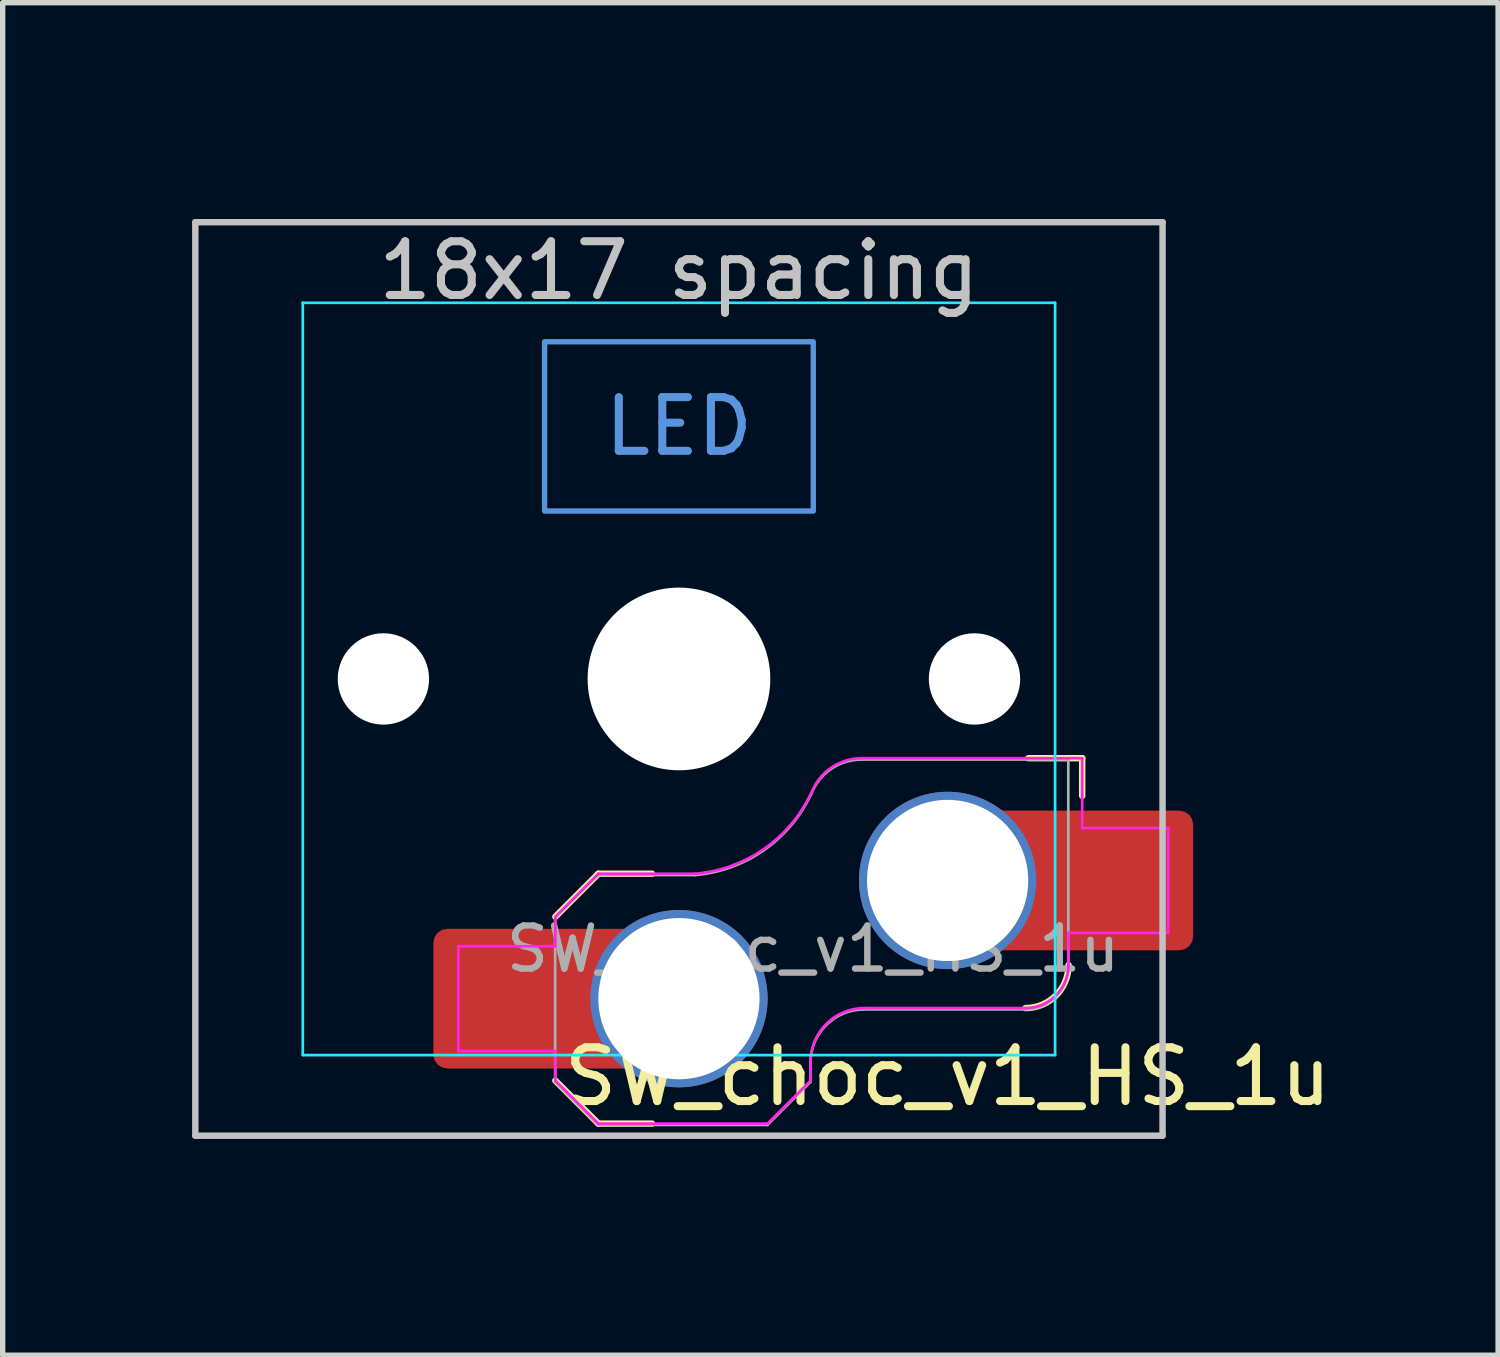
<source format=kicad_pcb>
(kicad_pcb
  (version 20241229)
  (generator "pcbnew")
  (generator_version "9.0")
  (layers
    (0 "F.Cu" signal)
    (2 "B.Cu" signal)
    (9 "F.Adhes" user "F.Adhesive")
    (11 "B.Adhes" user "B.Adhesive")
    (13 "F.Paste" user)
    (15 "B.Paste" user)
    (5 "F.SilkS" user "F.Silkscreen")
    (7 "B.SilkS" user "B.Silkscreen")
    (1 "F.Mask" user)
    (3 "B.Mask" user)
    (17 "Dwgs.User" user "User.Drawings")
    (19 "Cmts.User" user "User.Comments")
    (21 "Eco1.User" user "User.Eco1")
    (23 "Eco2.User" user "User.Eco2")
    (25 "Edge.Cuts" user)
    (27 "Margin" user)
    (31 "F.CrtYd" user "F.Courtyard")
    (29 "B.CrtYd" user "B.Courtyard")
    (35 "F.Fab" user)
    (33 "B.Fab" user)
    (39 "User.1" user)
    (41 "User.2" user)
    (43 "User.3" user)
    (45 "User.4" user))
  (footprint "SW_choc_v1_HS_1u"
    (layer "F.Cu")
    (at 9.585 9.585)
    (property "Reference" "SW_choc_v1_HS_1u" (at 5 7.4 180) (layer "F.SilkS") (effects (font (size 1 1) (thickness 0.15))))
    (attr smd)
    (fp_line (start -2.3 7.475) (end -1.5 8.275) (stroke (width 0.12) (type solid)) (layer "F.SilkS"))
    (fp_line (start -1.5 3.625) (end -2.3 4.425) (stroke (width 0.12) (type solid)) (layer "F.SilkS"))
    (fp_line (start -1.5 3.625) (end -0.5 3.625) (stroke (width 0.12) (type solid)) (layer "F.SilkS"))
    (fp_line (start -1.5 8.275) (end -0.5 8.275) (stroke (width 0.12) (type solid)) (layer "F.SilkS"))
    (fp_line (start 7.504 1.475) (end 6.504 1.475) (stroke (width 0.12) (type solid)) (layer "F.SilkS"))
    (fp_line (start 7.504 1.475) (end 7.504 2.175) (stroke (width 0.12) (type solid)) (layer "F.SilkS"))
    (fp_arc (start 7.25 5.325) (mid 7.015685 5.890685) (end 6.45 6.125) (stroke (width 0.12) (type solid)) (layer "F.SilkS"))
    (fp_line (start -9 -8.5) (end -9 8.5) (stroke (width 0.12) (type solid)) (layer "Dwgs.User"))
    (fp_line (start -9 8.5) (end 9 8.5) (stroke (width 0.12) (type solid)) (layer "Dwgs.User"))
    (fp_line (start 9 -8.5) (end -9 -8.5) (stroke (width 0.12) (type solid)) (layer "Dwgs.User"))
    (fp_line (start 9 8.5) (end 9 -8.5) (stroke (width 0.12) (type solid)) (layer "Dwgs.User"))
    (fp_rect (start -2.5 -6.275) (end 2.5 -3.125) (stroke (width 0.1) (type default)) (fill no) (layer "Cmts.User"))
    (fp_line (start -9.525 -9.525) (end 9.525 -9.525) (stroke (width 0.12) (type solid)) (layer "Eco1.User"))
    (fp_line (start -9.525 9.525) (end -9.525 -9.525) (stroke (width 0.12) (type solid)) (layer "Eco1.User"))
    (fp_line (start 9.525 -9.525) (end 9.525 9.525) (stroke (width 0.12) (type solid)) (layer "Eco1.User"))
    (fp_line (start 9.525 9.525) (end -9.525 9.525) (stroke (width 0.12) (type solid)) (layer "Eco1.User"))
    (fp_line (start -6.95 -6.45) (end -6.95 6.45) (stroke (width 0.05) (type solid)) (layer "Eco2.User"))
    (fp_line (start -6.45 6.95) (end 6.45 6.95) (stroke (width 0.05) (type solid)) (layer "Eco2.User"))
    (fp_line (start 6.45 -6.95) (end -6.45 -6.95) (stroke (width 0.05) (type solid)) (layer "Eco2.User"))
    (fp_line (start 6.95 6.45) (end 6.95 -6.45) (stroke (width 0.05) (type solid)) (layer "Eco2.User"))
    (fp_arc (start -6.95 -6.45) (mid -6.803553 -6.803553) (end -6.45 -6.95) (stroke (width 0.05) (type solid)) (layer "Eco2.User"))
    (fp_arc (start -6.45 6.95) (mid -6.803553 6.803553) (end -6.95 6.45) (stroke (width 0.05) (type solid)) (layer "Eco2.User"))
    (fp_arc (start 6.45 -6.95) (mid 6.803553 -6.803553) (end 6.95 -6.45) (stroke (width 0.05) (type solid)) (layer "Eco2.User"))
    (fp_arc (start 6.95 6.45) (mid 6.803553 6.803553) (end 6.45 6.95) (stroke (width 0.05) (type solid)) (layer "Eco2.User"))
    (fp_line (start -7 -7) (end -7 7) (stroke (width 0.05) (type solid)) (layer "B.CrtYd"))
    (fp_line (start -7 7) (end 7 7) (stroke (width 0.05) (type solid)) (layer "B.CrtYd"))
    (fp_line (start 7 -7) (end -7 -7) (stroke (width 0.05) (type solid)) (layer "B.CrtYd"))
    (fp_line (start 7 7) (end 7 -7) (stroke (width 0.05) (type solid)) (layer "B.CrtYd"))
    (fp_line (start -4.104 4.975) (end -4.104 6.925) (stroke (width 0.05) (type solid)) (layer "F.CrtYd"))
    (fp_line (start -4.104 4.975) (end -2.3 4.975) (stroke (width 0.05) (type solid)) (layer "F.CrtYd"))
    (fp_line (start -4.104 6.925) (end -2.3 6.925) (stroke (width 0.05) (type solid)) (layer "F.CrtYd"))
    (fp_line (start -2.3 4.975) (end -2.3 4.425) (stroke (width 0.05) (type solid)) (layer "F.CrtYd"))
    (fp_line (start -2.3 7.475) (end -2.3 6.925) (stroke (width 0.05) (type solid)) (layer "F.CrtYd"))
    (fp_line (start -2.3 7.475) (end -1.5 8.275) (stroke (width 0.05) (type solid)) (layer "F.CrtYd"))
    (fp_line (start -1.5 3.625) (end -2.3 4.425) (stroke (width 0.05) (type solid)) (layer "F.CrtYd"))
    (fp_line (start -1.5 3.625) (end 0.3 3.625) (stroke (width 0.05) (type solid)) (layer "F.CrtYd"))
    (fp_line (start -1.5 8.275) (end 1.65 8.275) (stroke (width 0.05) (type solid)) (layer "F.CrtYd"))
    (fp_line (start 2.45 7.475) (end 1.65 8.275) (stroke (width 0.05) (type solid)) (layer "F.CrtYd"))
    (fp_line (start 2.45 7.475) (end 2.45 7.125) (stroke (width 0.05) (type solid)) (layer "F.CrtYd"))
    (fp_line (start 3.45 6.125) (end 6.45 6.125) (stroke (width 0.05) (type solid)) (layer "F.CrtYd"))
    (fp_line (start 7.25 4.725) (end 9.104 4.725) (stroke (width 0.05) (type solid)) (layer "F.CrtYd"))
    (fp_line (start 7.25 5.325) (end 7.25 4.725) (stroke (width 0.05) (type solid)) (layer "F.CrtYd"))
    (fp_line (start 7.504 1.475) (end 3.4 1.475) (stroke (width 0.05) (type solid)) (layer "F.CrtYd"))
    (fp_line (start 7.504 1.475) (end 7.504 2.175) (stroke (width 0.05) (type solid)) (layer "F.CrtYd"))
    (fp_line (start 7.504 2.175) (end 7.504 2.775) (stroke (width 0.05) (type solid)) (layer "F.CrtYd"))
    (fp_line (start 9.104 2.775) (end 7.504 2.775) (stroke (width 0.05) (type solid)) (layer "F.CrtYd"))
    (fp_line (start 9.104 4.725) (end 9.104 2.775) (stroke (width 0.05) (type solid)) (layer "F.CrtYd"))
    (fp_arc (start 2.45 7.125) (mid 2.742893 6.417893) (end 3.45 6.125) (stroke (width 0.05) (type solid)) (layer "F.CrtYd"))
    (fp_arc (start 2.455444 2.13293) (mid 1.577272 3.167235) (end 0.299999 3.624999) (stroke (width 0.05) (type solid)) (layer "F.CrtYd"))
    (fp_arc (start 2.460307 2.13298) (mid 2.826423 1.655848) (end 3.4 1.475) (stroke (width 0.05) (type solid)) (layer "F.CrtYd"))
    (fp_arc (start 7.25 5.325) (mid 7.015685 5.890685) (end 6.45 6.125) (stroke (width 0.05) (type solid)) (layer "F.CrtYd"))
    (fp_line (start -2.304 7.5) (end -2.304 4.45) (stroke (width 0.05) (type solid)) (layer "F.Fab"))
    (fp_line (start -2.304 7.5) (end -1.504 8.3) (stroke (width 0.05) (type solid)) (layer "F.Fab"))
    (fp_line (start -1.504 3.65) (end -2.304 4.45) (stroke (width 0.05) (type solid)) (layer "F.Fab"))
    (fp_line (start -1.504 3.65) (end 0.296 3.65) (stroke (width 0.05) (type solid)) (layer "F.Fab"))
    (fp_line (start -1.504 8.3) (end 1.646 8.3) (stroke (width 0.05) (type solid)) (layer "F.Fab"))
    (fp_line (start 2.446 7.5) (end 1.646 8.3) (stroke (width 0.05) (type solid)) (layer "F.Fab"))
    (fp_line (start 2.446 7.5) (end 2.446 7.15) (stroke (width 0.05) (type solid)) (layer "F.Fab"))
    (fp_line (start 3.446 6.15) (end 6.446 6.15) (stroke (width 0.05) (type solid)) (layer "F.Fab"))
    (fp_line (start 7.246 1.5) (end 3.396 1.5) (stroke (width 0.05) (type solid)) (layer "F.Fab"))
    (fp_line (start 7.246 5.35) (end 7.246 1.5) (stroke (width 0.05) (type solid)) (layer "F.Fab"))
    (fp_arc (start 2.446 7.15) (mid 2.738893 6.442893) (end 3.446 6.15) (stroke (width 0.05) (type solid)) (layer "F.Fab"))
    (fp_arc (start 2.451444 2.15793) (mid 1.573272 3.192235) (end 0.295999 3.649999) (stroke (width 0.05) (type solid)) (layer "F.Fab"))
    (fp_arc (start 2.456307 2.15798) (mid 2.822423 1.680848) (end 3.396 1.5) (stroke (width 0.05) (type solid)) (layer "F.Fab"))
    (fp_arc (start 7.246 5.35) (mid 7.011685 5.915685) (end 6.446 6.15) (stroke (width 0.05) (type solid)) (layer "F.Fab"))
    (fp_text user "18x17 spacing" (at 0 -7.6 180) (layer "Dwgs.User") (effects (font (size 1 1) (thickness 0.15))))
    (fp_text user "LED" (at 0 -4.7 0) (unlocked yes) (layer "Cmts.User") (effects (font (size 1 1) (thickness 0.15))))
    (fp_text user "19.05 spacing" (at 0 -8.7 180) (layer "Eco1.User") (effects (font (size 1 1) (thickness 0.15))))
    (fp_text user "${REFERENCE}" (at 2.496 5.025 0) (layer "F.Fab") (effects (font (size 0.8 0.8) (thickness 0.12))))
    (pad "" np_thru_hole circle (at -5.5 0 180) (size 1.7 1.7) (drill 1.7) (layers "*.Cu" "*.Mask"))
    (pad "" np_thru_hole circle (at 0 0 180) (size 3.4 3.4) (drill 3.4) (layers "*.Cu" "*.Mask"))
    (pad "" np_thru_hole circle (at 5.5 0 180) (size 1.7 1.7) (drill 1.7) (layers "*.Cu" "*.Mask"))
    (pad "1" thru_hole circle (at 5 3.75) (size 3.3 3.3) (drill 3) (layers "*.Cu" "F.Mask"))
    (pad "1" smd rect (at 6.55 3.75) (size 1.2 2.6) (layers "F.Cu"))
    (pad "1" smd roundrect (at 8.245 3.75) (size 2.65 2.6) (layers "F.Cu" "F.Mask" "F.Paste") (roundrect_rratio 0.1))
    (pad "2" smd roundrect (at -3.245 5.95) (size 2.65 2.6) (layers "F.Cu" "F.Mask" "F.Paste") (roundrect_rratio 0.1))
    (pad "2" smd rect (at -1.55 5.95 180) (size 1.2 2.6) (layers "F.Cu"))
    (pad "2" thru_hole circle (at 0 5.95) (size 3.3 3.3) (drill 3) (layers "*.Cu" "F.Mask")))
  (gr_rect
    (start -3 -3)
    (end 24.829 22.17)
    (stroke (width 0.1) (type default))
    (fill no)
    (layer "Edge.Cuts")))
</source>
